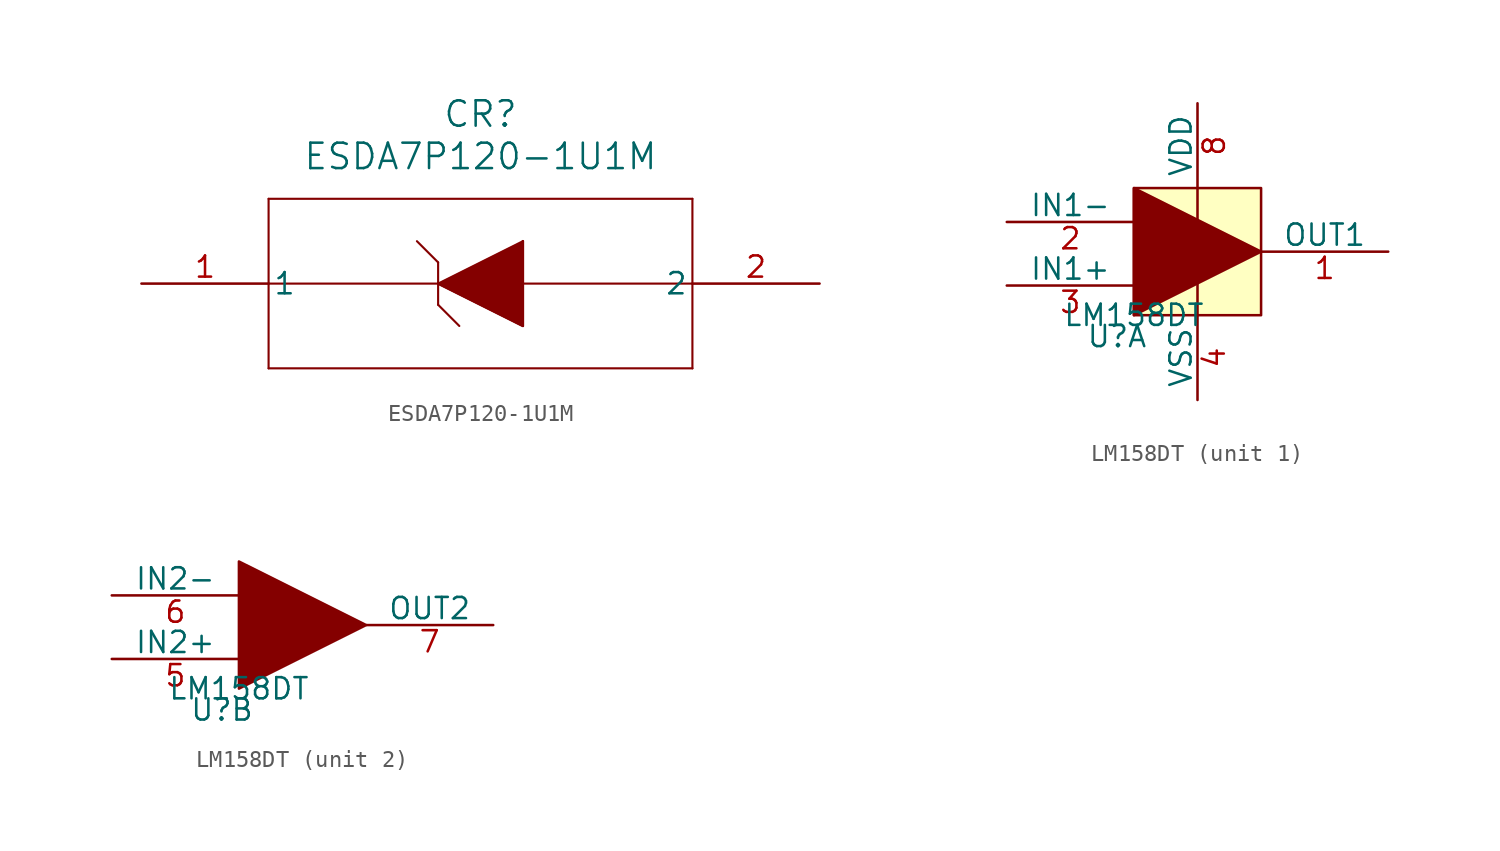
<source format=kicad_sym>
(kicad_symbol_lib
  (version 20231120)
  (generator "kicad_symbol_editor")
  (generator_version "8.0")
  (symbol "ESDA7P120-1U1M"
    (pin_names
      (offset 0.254))
    (property "Reference" "CR"
      (at 20.32 10.16 0)
      (effects (font (size 1.524 1.524))))
    (property "Value" "ESDA7P120-1U1M"
      (at 20.32 7.62 0)
      (effects (font (size 1.524 1.524))))
    (property "ki_locked" ""
      (at 0 0 0)
      (effects (font (size 1.27 1.27))))
    (symbol "ESDA7P120-1U1M_0_1"
      (polyline (pts (xy 7.62 -5.08) (xy 33.02 -5.08)) (stroke (width 0.127) (type default)) (fill (type none)))
      (polyline (pts (xy 7.62 5.08) (xy 7.62 -5.08)) (stroke (width 0.127) (type default)) (fill (type none)))
      (polyline (pts (xy 17.78 -1.27) (xy 19.05 -2.54)) (stroke (width 0.127) (type default)) (fill (type none)))
      (polyline (pts (xy 17.78 0) (xy 22.86 2.54)) (stroke (width 0.127) (type default)) (fill (type none)))
      (polyline (pts (xy 17.78 1.27) (xy 16.51 2.54)) (stroke (width 0.127) (type default)) (fill (type none)))
      (polyline (pts (xy 17.78 1.27) (xy 17.78 -1.27)) (stroke (width 0.127) (type default)) (fill (type none)))
      (polyline (pts (xy 22.86 -2.54) (xy 17.78 0)) (stroke (width 0.127) (type default)) (fill (type none)))
      (polyline (pts (xy 22.86 2.54) (xy 22.86 -2.54)) (stroke (width 0.127) (type default)) (fill (type none)))
      (polyline (pts (xy 33.02 -5.08) (xy 33.02 5.08)) (stroke (width 0.127) (type default)) (fill (type none)))
      (polyline (pts (xy 33.02 0) (xy 7.62 0)) (stroke (width 0.127) (type default)) (fill (type none)))
      (polyline (pts (xy 33.02 5.08) (xy 7.62 5.08)) (stroke (width 0.127) (type default)) (fill (type none)))
      (polyline (pts (xy 22.86 2.54) (xy 22.86 -2.54) (xy 17.78 0)) (stroke (width 0) (type default)) (fill (type outline)))
      (pin unspecified line (at 0 0 0) (length 7.62) (name "1" (effects (font (size 1.27 1.27)))) (number "1" (effects (font (size 1.27 1.27)))))
      (pin unspecified line (at 40.64 0 180) (length 7.62) (name "2" (effects (font (size 1.27 1.27)))) (number "2" (effects (font (size 1.27 1.27)))))))
  (symbol "LM158DT"
    (pin_names
      (offset 0))
    (property "Reference" "U"
      (at -1.016 -1.27 0)
      (effects (font (size 1.27 1.27))))
    (property "Value" "LM158DT"
      (at 0 0 0)
      (effects (font (size 1.27 1.27))))
    (property "ki_locked" ""
      (at 0 0 0)
      (effects (font (size 1.27 1.27))))
    (symbol "LM158DT_1_1"
      (polyline (pts (xy 3.81 0) (xy 3.81 7.62)) (stroke (width 0) (type default)) (fill (type none)))
      (polyline (pts (xy 0 7.62) (xy 7.62 3.81) (xy 0 0) (xy 0 7.62)) (stroke (width 0) (type default)) (fill (type outline)))
      (rectangle (start 0 7.62) (end 7.62 0) (stroke (width 0) (type default)) (fill (type background)))
      (pin output line (at 15.24 3.81 180) (length 7.62) (name "OUT1" (effects (font (size 1.27 1.27)))) (number "1" (effects (font (size 1.27 1.27)))))
      (pin input line (at -7.62 5.588 0) (length 7.62) (name "IN1-" (effects (font (size 1.27 1.27)))) (number "2" (effects (font (size 1.27 1.27)))))
      (pin input line (at -7.62 1.778 0) (length 7.62) (name "IN1+" (effects (font (size 1.27 1.27)))) (number "3" (effects (font (size 1.27 1.27)))))
      (pin power_in line (at 3.81 -5.08 90) (length 5.08) (name "VSS" (effects (font (size 1.27 1.27)))) (number "4" (effects (font (size 1.27 1.27)))))
      (pin power_in line (at 3.81 12.7 270) (length 5.08) (name "VDD" (effects (font (size 1.27 1.27)))) (number "8" (effects (font (size 1.27 1.27))))))
    (symbol "LM158DT_2_1"
      (polyline (pts (xy 0 7.62) (xy 7.62 3.81) (xy 0 0) (xy 0 7.62)) (stroke (width 0) (type default)) (fill (type outline)))
      (pin input line (at -7.62 1.778 0) (length 7.62) (name "IN2+" (effects (font (size 1.27 1.27)))) (number "5" (effects (font (size 1.27 1.27)))))
      (pin input line (at -7.62 5.588 0) (length 7.62) (name "IN2-" (effects (font (size 1.27 1.27)))) (number "6" (effects (font (size 1.27 1.27)))))
      (pin output line (at 15.24 3.81 180) (length 7.62) (name "OUT2" (effects (font (size 1.27 1.27)))) (number "7" (effects (font (size 1.27 1.27))))))))
</source>
